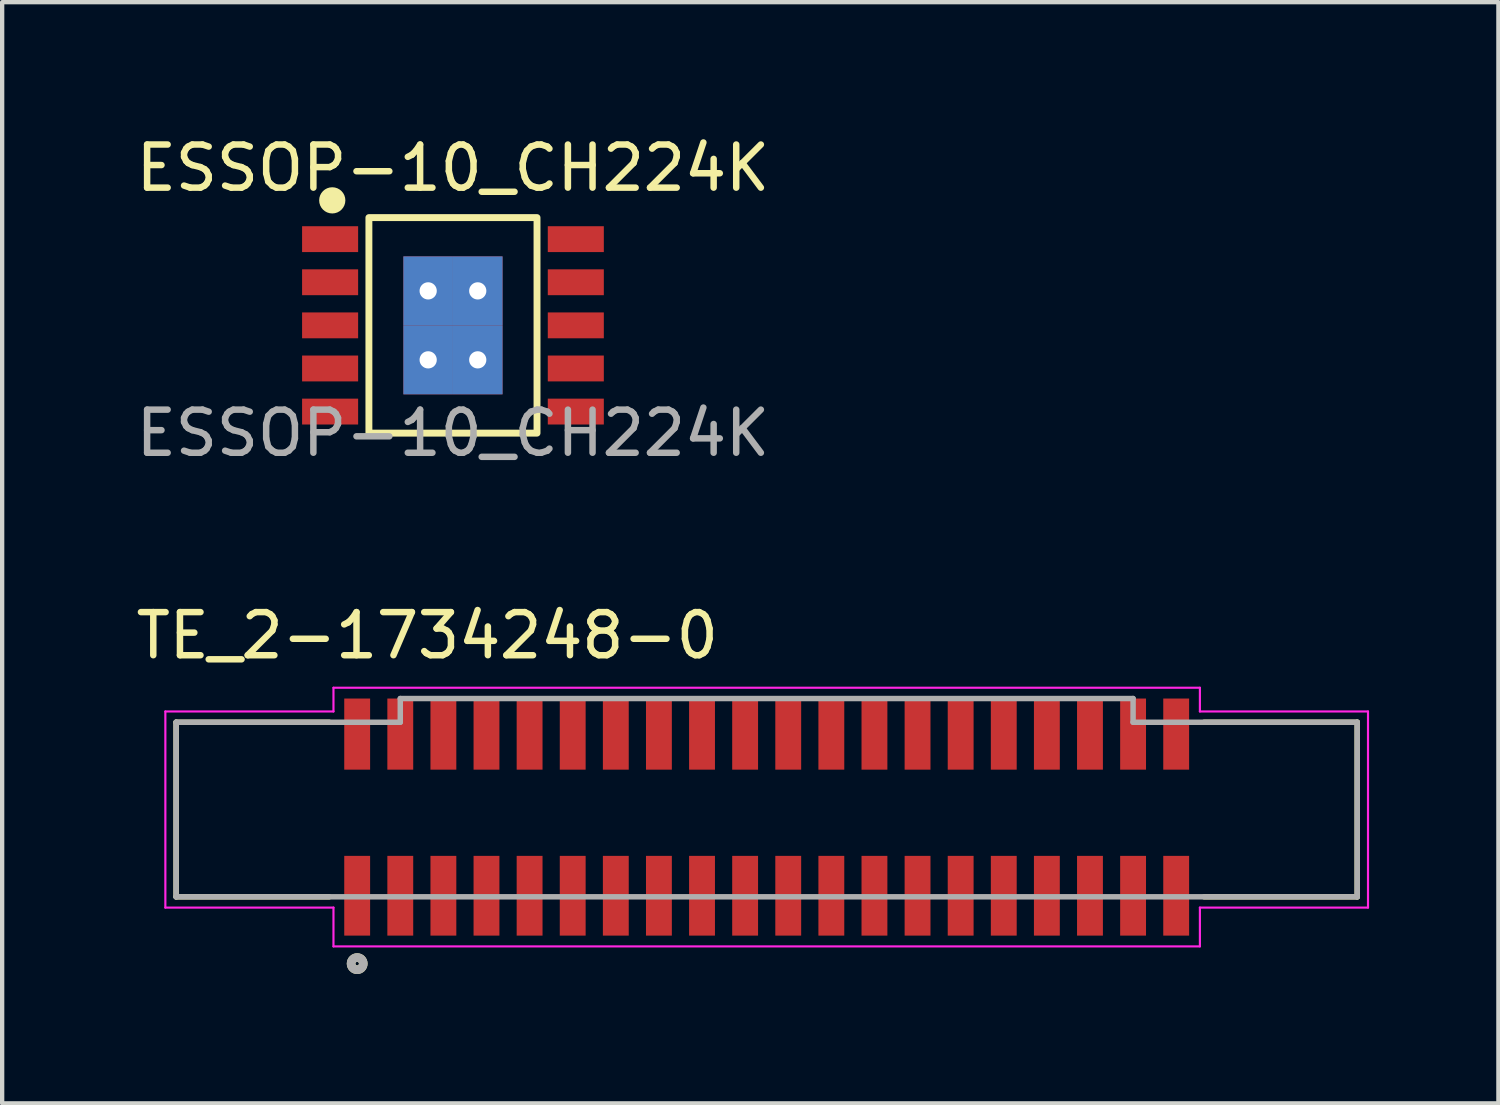
<source format=kicad_pcb>
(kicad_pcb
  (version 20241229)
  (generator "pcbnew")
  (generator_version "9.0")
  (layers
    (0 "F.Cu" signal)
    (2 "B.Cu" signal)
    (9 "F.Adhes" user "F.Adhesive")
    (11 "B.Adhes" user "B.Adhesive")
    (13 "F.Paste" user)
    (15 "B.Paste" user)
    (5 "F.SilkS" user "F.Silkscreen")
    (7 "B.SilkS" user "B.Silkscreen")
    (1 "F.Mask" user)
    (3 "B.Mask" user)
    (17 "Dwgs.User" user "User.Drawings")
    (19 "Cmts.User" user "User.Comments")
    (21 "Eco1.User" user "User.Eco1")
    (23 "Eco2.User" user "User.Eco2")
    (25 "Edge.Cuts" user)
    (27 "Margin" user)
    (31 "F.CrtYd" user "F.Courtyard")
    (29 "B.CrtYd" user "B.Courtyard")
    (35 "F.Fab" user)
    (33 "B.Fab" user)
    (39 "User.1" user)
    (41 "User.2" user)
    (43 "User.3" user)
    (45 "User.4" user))
  (footprint "TE_2-1734248-0"
    (layer "F.Cu")
    (at 14.206 15.745)
    (property "Reference" "TE_2-1734248-0" (at -7.343 -4.05 0) (layer "F.SilkS") (effects (font (size 1 1) (thickness 0.15))))
    (attr smd)
    (fp_line (start -13.17 -2.04) (end -9.62 -2.04) (stroke (width 0.127) (type solid)) (layer "F.SilkS"))
    (fp_line (start -13.17 2.01) (end -13.17 -2.04) (stroke (width 0.127) (type solid)) (layer "F.SilkS"))
    (fp_line (start -13.17 2.01) (end -9.62 2.01) (stroke (width 0.127) (type solid)) (layer "F.SilkS"))
    (fp_line (start 14.23 -2.04) (end 10.68 -2.04) (stroke (width 0.127) (type solid)) (layer "F.SilkS"))
    (fp_line (start 14.23 2.01) (end 10.68 2.01) (stroke (width 0.127) (type solid)) (layer "F.SilkS"))
    (fp_line (start 14.23 2.01) (end 14.23 -2.04) (stroke (width 0.127) (type solid)) (layer "F.SilkS"))
    (fp_circle (center -8.97 3.56) (end -8.829 3.56) (stroke (width 0.2) (type solid)) (fill no) (layer "F.SilkS"))
    (fp_line (start -13.42 -2.29) (end -9.52 -2.29) (stroke (width 0.05) (type solid)) (layer "F.CrtYd"))
    (fp_line (start -13.42 2.26) (end -13.42 -2.29) (stroke (width 0.05) (type solid)) (layer "F.CrtYd"))
    (fp_line (start -9.52 -2.84) (end 10.58 -2.84) (stroke (width 0.05) (type solid)) (layer "F.CrtYd"))
    (fp_line (start -9.52 -2.29) (end -9.52 -2.84) (stroke (width 0.05) (type solid)) (layer "F.CrtYd"))
    (fp_line (start -9.52 2.26) (end -13.42 2.26) (stroke (width 0.05) (type solid)) (layer "F.CrtYd"))
    (fp_line (start -9.52 3.16) (end -9.52 2.26) (stroke (width 0.05) (type solid)) (layer "F.CrtYd"))
    (fp_line (start 10.58 -2.84) (end 10.58 -2.29) (stroke (width 0.05) (type solid)) (layer "F.CrtYd"))
    (fp_line (start 10.58 -2.29) (end 14.48 -2.29) (stroke (width 0.05) (type solid)) (layer "F.CrtYd"))
    (fp_line (start 10.58 2.26) (end 10.58 3.16) (stroke (width 0.05) (type solid)) (layer "F.CrtYd"))
    (fp_line (start 10.58 3.16) (end -9.52 3.16) (stroke (width 0.05) (type solid)) (layer "F.CrtYd"))
    (fp_line (start 14.48 -2.29) (end 14.48 2.26) (stroke (width 0.05) (type solid)) (layer "F.CrtYd"))
    (fp_line (start 14.48 2.26) (end 10.58 2.26) (stroke (width 0.05) (type solid)) (layer "F.CrtYd"))
    (fp_line (start -13.17 -2.04) (end -7.97 -2.04) (stroke (width 0.127) (type solid)) (layer "F.Fab"))
    (fp_line (start -13.17 2.01) (end -13.17 -2.04) (stroke (width 0.127) (type solid)) (layer "F.Fab"))
    (fp_line (start -7.97 -2.59) (end 9.03 -2.59) (stroke (width 0.127) (type solid)) (layer "F.Fab"))
    (fp_line (start -7.97 -2.04) (end -7.97 -2.59) (stroke (width 0.127) (type solid)) (layer "F.Fab"))
    (fp_line (start 9.03 -2.04) (end 9.03 -2.59) (stroke (width 0.127) (type solid)) (layer "F.Fab"))
    (fp_line (start 14.23 -2.04) (end 9.03 -2.04) (stroke (width 0.127) (type solid)) (layer "F.Fab"))
    (fp_line (start 14.23 2.01) (end -13.17 2.01) (stroke (width 0.127) (type solid)) (layer "F.Fab"))
    (fp_line (start 14.23 2.01) (end 14.23 -2.04) (stroke (width 0.127) (type solid)) (layer "F.Fab"))
    (fp_circle (center -8.97 3.56) (end -8.829 3.56) (stroke (width 0.2) (type solid)) (fill no) (layer "F.Fab"))
    (pad "1" smd rect (at -8.97 1.985) (size 0.6 1.85) (layers "F.Cu" "F.Mask" "F.Paste"))
    (pad "1_1" smd rect (at -8.97 -1.765) (size 0.6 1.65) (layers "F.Cu" "F.Mask" "F.Paste"))
    (pad "2" smd rect (at -7.97 1.985) (size 0.6 1.85) (layers "F.Cu" "F.Mask" "F.Paste"))
    (pad "2_1" smd rect (at -7.97 -1.765) (size 0.6 1.65) (layers "F.Cu" "F.Mask" "F.Paste"))
    (pad "3" smd rect (at -6.97 1.985) (size 0.6 1.85) (layers "F.Cu" "F.Mask" "F.Paste"))
    (pad "3_1" smd rect (at -6.97 -1.765) (size 0.6 1.65) (layers "F.Cu" "F.Mask" "F.Paste"))
    (pad "4" smd rect (at -5.97 1.985) (size 0.6 1.85) (layers "F.Cu" "F.Mask" "F.Paste"))
    (pad "4_1" smd rect (at -5.97 -1.765) (size 0.6 1.65) (layers "F.Cu" "F.Mask" "F.Paste"))
    (pad "5" smd rect (at -4.97 1.985) (size 0.6 1.85) (layers "F.Cu" "F.Mask" "F.Paste"))
    (pad "5_1" smd rect (at -4.97 -1.765) (size 0.6 1.65) (layers "F.Cu" "F.Mask" "F.Paste"))
    (pad "6" smd rect (at -3.97 1.985) (size 0.6 1.85) (layers "F.Cu" "F.Mask" "F.Paste"))
    (pad "6_1" smd rect (at -3.97 -1.765) (size 0.6 1.65) (layers "F.Cu" "F.Mask" "F.Paste"))
    (pad "7" smd rect (at -2.97 1.985) (size 0.6 1.85) (layers "F.Cu" "F.Mask" "F.Paste"))
    (pad "7_1" smd rect (at -2.97 -1.765) (size 0.6 1.65) (layers "F.Cu" "F.Mask" "F.Paste"))
    (pad "8" smd rect (at -1.97 1.985) (size 0.6 1.85) (layers "F.Cu" "F.Mask" "F.Paste"))
    (pad "8_1" smd rect (at -1.97 -1.765) (size 0.6 1.65) (layers "F.Cu" "F.Mask" "F.Paste"))
    (pad "9" smd rect (at -0.97 1.985) (size 0.6 1.85) (layers "F.Cu" "F.Mask" "F.Paste"))
    (pad "9_1" smd rect (at -0.97 -1.765) (size 0.6 1.65) (layers "F.Cu" "F.Mask" "F.Paste"))
    (pad "10" smd rect (at 0.03 1.985) (size 0.6 1.85) (layers "F.Cu" "F.Mask" "F.Paste"))
    (pad "10_1" smd rect (at 0.03 -1.765) (size 0.6 1.65) (layers "F.Cu" "F.Mask" "F.Paste"))
    (pad "11" smd rect (at 1.03 1.985) (size 0.6 1.85) (layers "F.Cu" "F.Mask" "F.Paste"))
    (pad "11_1" smd rect (at 1.03 -1.765) (size 0.6 1.65) (layers "F.Cu" "F.Mask" "F.Paste"))
    (pad "12" smd rect (at 2.03 1.985) (size 0.6 1.85) (layers "F.Cu" "F.Mask" "F.Paste"))
    (pad "12_1" smd rect (at 2.03 -1.765) (size 0.6 1.65) (layers "F.Cu" "F.Mask" "F.Paste"))
    (pad "13" smd rect (at 3.03 1.985) (size 0.6 1.85) (layers "F.Cu" "F.Mask" "F.Paste"))
    (pad "13_1" smd rect (at 3.03 -1.765) (size 0.6 1.65) (layers "F.Cu" "F.Mask" "F.Paste"))
    (pad "14" smd rect (at 4.03 1.985) (size 0.6 1.85) (layers "F.Cu" "F.Mask" "F.Paste"))
    (pad "14_1" smd rect (at 4.03 -1.765) (size 0.6 1.65) (layers "F.Cu" "F.Mask" "F.Paste"))
    (pad "15" smd rect (at 5.03 1.985) (size 0.6 1.85) (layers "F.Cu" "F.Mask" "F.Paste"))
    (pad "15_1" smd rect (at 5.03 -1.765) (size 0.6 1.65) (layers "F.Cu" "F.Mask" "F.Paste"))
    (pad "16" smd rect (at 6.03 1.985) (size 0.6 1.85) (layers "F.Cu" "F.Mask" "F.Paste"))
    (pad "16_1" smd rect (at 6.03 -1.765) (size 0.6 1.65) (layers "F.Cu" "F.Mask" "F.Paste"))
    (pad "17" smd rect (at 7.03 1.985) (size 0.6 1.85) (layers "F.Cu" "F.Mask" "F.Paste"))
    (pad "17_1" smd rect (at 7.03 -1.765) (size 0.6 1.65) (layers "F.Cu" "F.Mask" "F.Paste"))
    (pad "18" smd rect (at 8.03 1.985) (size 0.6 1.85) (layers "F.Cu" "F.Mask" "F.Paste"))
    (pad "18_1" smd rect (at 8.03 -1.765) (size 0.6 1.65) (layers "F.Cu" "F.Mask" "F.Paste"))
    (pad "19" smd rect (at 9.03 1.985) (size 0.6 1.85) (layers "F.Cu" "F.Mask" "F.Paste"))
    (pad "19_1" smd rect (at 9.03 -1.765) (size 0.6 1.65) (layers "F.Cu" "F.Mask" "F.Paste"))
    (pad "20" smd rect (at 10.03 1.985) (size 0.6 1.85) (layers "F.Cu" "F.Mask" "F.Paste"))
    (pad "20_1" smd rect (at 10.03 -1.765) (size 0.6 1.65) (layers "F.Cu" "F.Mask" "F.Paste")))
  (footprint "ESSOP-10_CH224K"
    (layer "F.Cu")
    (at 7.458 4.498)
    (property "Reference" "ESSOP-10_CH224K" (at 0 -3.65 0) (unlocked yes) (layer "F.SilkS") (effects (font (size 1 1) (thickness 0.15))))
    (attr smd)
    (fp_rect (start -1.95 -2.5) (end 1.95 2.5) (stroke (width 0.16) (type default)) (fill no) (layer "F.SilkS"))
    (fp_circle (center -2.8 -2.9) (end -2.576 -2.9) (stroke (width 0.16) (type solid)) (fill yes) (layer "F.SilkS"))
    (fp_text user "${REFERENCE}" (at 0 2.5 0) (unlocked yes) (layer "F.Fab") (effects (font (size 1 1) (thickness 0.15))))
    (pad "0" thru_hole rect (at -0.575 -0.8) (size 1.15 1.6) (drill 0.4) (layers "*.Cu" "*.Mask" "F.Paste"))
    (pad "0" thru_hole rect (at -0.575 0.8) (size 1.15 1.6) (drill 0.4) (layers "*.Cu" "*.Mask" "F.Paste"))
    (pad "0" thru_hole rect (at 0.575 -0.8) (size 1.15 1.6) (drill 0.4) (layers "*.Cu" "*.Mask" "F.Paste"))
    (pad "0" thru_hole rect (at 0.575 0.8) (size 1.15 1.6) (drill 0.4) (layers "*.Cu" "*.Mask" "F.Paste"))
    (pad "1" smd rect (at -2.85 -2) (size 1.3 0.6) (layers "F.Cu" "F.Mask" "F.Paste"))
    (pad "2" smd rect (at -2.85 -1) (size 1.3 0.6) (layers "F.Cu" "F.Mask" "F.Paste"))
    (pad "3" smd rect (at -2.85 0) (size 1.3 0.6) (layers "F.Cu" "F.Mask" "F.Paste"))
    (pad "4" smd rect (at -2.85 1) (size 1.3 0.6) (layers "F.Cu" "F.Mask" "F.Paste"))
    (pad "5" smd rect (at -2.85 2) (size 1.3 0.6) (layers "F.Cu" "F.Mask" "F.Paste"))
    (pad "6" smd rect (at 2.85 2) (size 1.3 0.6) (layers "F.Cu" "F.Mask" "F.Paste"))
    (pad "7" smd rect (at 2.85 1) (size 1.3 0.6) (layers "F.Cu" "F.Mask" "F.Paste"))
    (pad "8" smd rect (at 2.85 0) (size 1.3 0.6) (layers "F.Cu" "F.Mask" "F.Paste"))
    (pad "9" smd rect (at 2.85 -1) (size 1.3 0.6) (layers "F.Cu" "F.Mask" "F.Paste"))
    (pad "10" smd rect (at 2.85 -2) (size 1.3 0.6) (layers "F.Cu" "F.Mask" "F.Paste")))
  (gr_rect
    (start -3 -3)
    (end 31.711 22.547)
    (stroke (width 0.1) (type default))
    (fill no)
    (layer "Edge.Cuts")))
</source>
